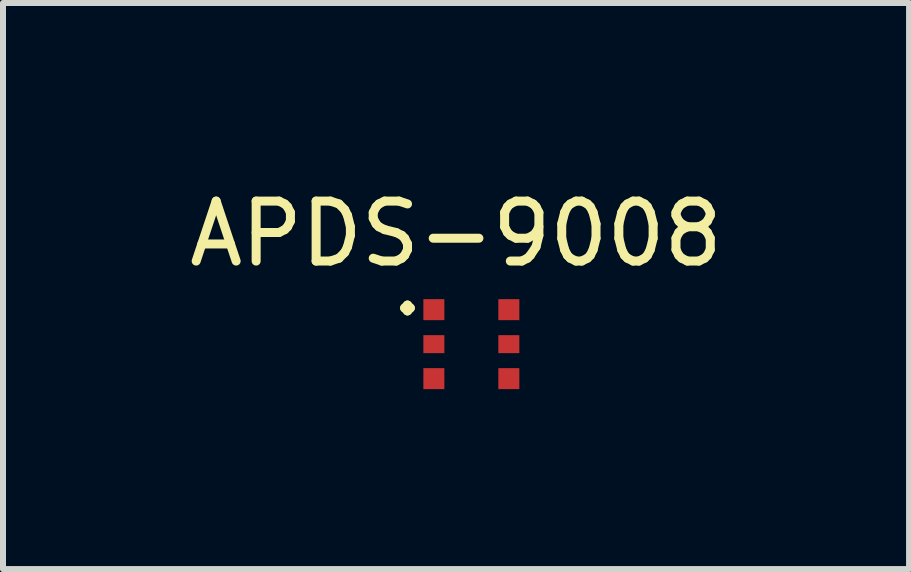
<source format=kicad_pcb>
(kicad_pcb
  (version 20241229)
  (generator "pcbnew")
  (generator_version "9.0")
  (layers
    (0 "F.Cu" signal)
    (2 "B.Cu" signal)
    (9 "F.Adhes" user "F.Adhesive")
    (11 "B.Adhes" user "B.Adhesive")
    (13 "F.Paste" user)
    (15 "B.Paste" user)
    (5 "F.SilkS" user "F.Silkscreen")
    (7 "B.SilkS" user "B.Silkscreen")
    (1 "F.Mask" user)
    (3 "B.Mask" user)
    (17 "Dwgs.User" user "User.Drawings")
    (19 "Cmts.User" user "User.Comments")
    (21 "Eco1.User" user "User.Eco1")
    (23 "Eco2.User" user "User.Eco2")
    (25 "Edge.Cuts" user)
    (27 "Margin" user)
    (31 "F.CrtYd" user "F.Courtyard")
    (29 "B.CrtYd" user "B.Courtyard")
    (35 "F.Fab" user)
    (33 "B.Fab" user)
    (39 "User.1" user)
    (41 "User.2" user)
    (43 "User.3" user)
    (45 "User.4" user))
  (footprint "APDS-9008"
    (layer "F.Cu")
    (at 4.184 2.688)
    (property "Reference" "APDS-9008" (at 0.37 -1.84 0) (layer "F.SilkS") (effects (font (size 1 1) (thickness 0.15))))
    (attr through_hole)
    (fp_text user "." (at -0.44 -1.01 0) (layer "F.SilkS") (effects (font (size 1 1) (thickness 0.15))))
    (pad "1" smd rect (at 0 -0.575) (size 0.35 0.35) (layers "F.Cu" "F.Mask" "F.Paste"))
    (pad "2" smd rect (at 0 0) (size 0.35 0.3) (layers "F.Cu" "F.Mask" "F.Paste"))
    (pad "3" smd rect (at 0 0.575) (size 0.35 0.35) (layers "F.Cu" "F.Mask" "F.Paste"))
    (pad "4" smd rect (at 1.25 0.575) (size 0.35 0.35) (layers "F.Cu" "F.Mask" "F.Paste"))
    (pad "5" smd rect (at 1.25 0) (size 0.35 0.3) (layers "F.Cu" "F.Mask" "F.Paste"))
    (pad "6" smd rect (at 1.25 -0.575) (size 0.35 0.35) (layers "F.Cu" "F.Mask" "F.Paste")))
  (gr_rect
    (start -3 -3)
    (end 12.107 6.438)
    (stroke (width 0.1) (type default))
    (fill no)
    (layer "Edge.Cuts")))
</source>
